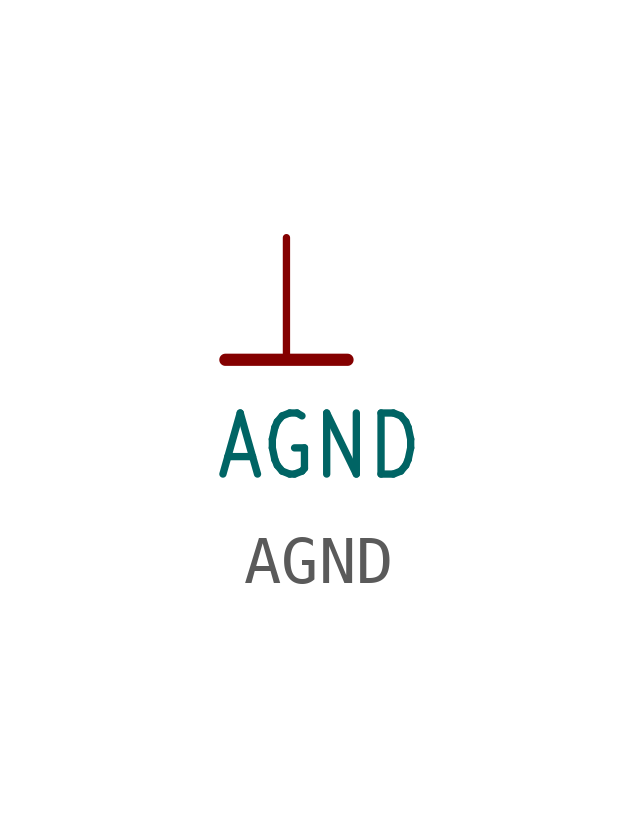
<source format=kicad_sym>
(kicad_symbol_lib
  (version 20211014)
  (generator kicad_symbol_editor)
  (symbol "AGND"
    (power)
    (property "Reference" ""
      (at 0 0 0)
      (effects (font (size 1.27 1.27)) hide))
    (property "Value" "AGND"
      (at -1.524 -2.54 0)
      (effects (font (size 1.27 1.079)) (justify left bottom)))
    (property "ki_locked" ""
      (at 0 0 0)
      (effects (font (size 1.27 1.27))))
    (symbol "AGND_1_0"
      (polyline (pts (xy -1.27 0) (xy 1.27 0)) (stroke (width 0.254) (type default) (color 0 0 0 0)) (fill (type none)))
      (pin power_in line (at 0 2.54 270) (length 2.54) (name "AGND" (effects (font (size 0 0)))) (number "1" (effects (font (size 0 0))))))))
</source>
